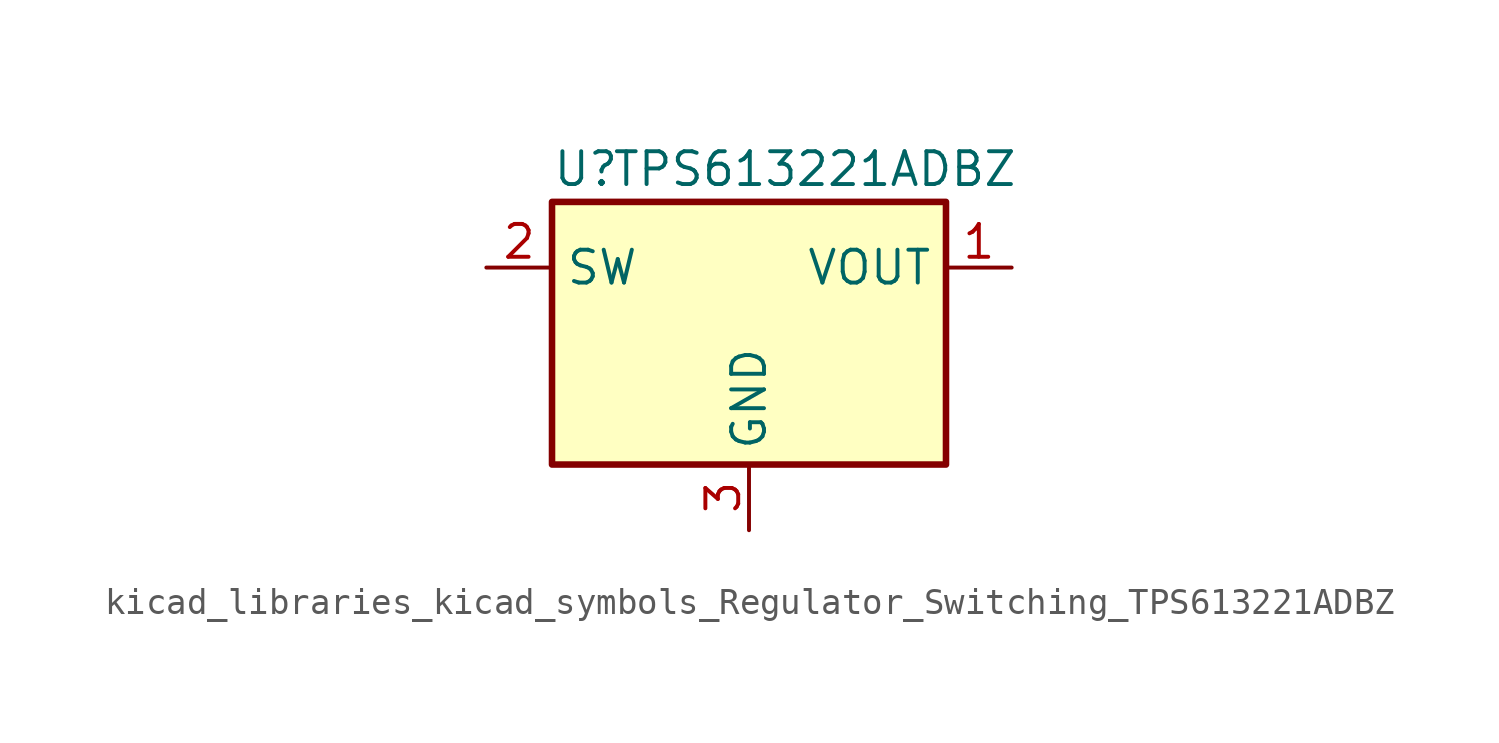
<source format=kicad_sym>
(kicad_symbol_lib
  (version 20220914)
  (generator kicad_symbol_editor)
  (symbol "kicad_libraries_kicad_symbols_Regulator_Switching_TPS613221ADBZ"
    (property "Reference" "U"
      (at -7.62 6.35 0)
      (effects (font (size 1.27 1.27)) (justify left)))
    (property "Value" "TPS613221ADBZ"
      (at 2.54 6.35 0)
      (effects (font (size 1.27 1.27))))
    (symbol "kicad_libraries_kicad_symbols_Regulator_Switching_TPS613221ADBZ_0_1"
      (rectangle (start -7.62 5.08) (end 7.62 -5.08) (stroke (width 0.254) (type default)) (fill (type background))))
    (symbol "kicad_libraries_kicad_symbols_Regulator_Switching_TPS613221ADBZ_1_1"
      (pin power_out line (at 10.16 2.54 180) (length 2.54) (name "VOUT" (effects (font (size 1.27 1.27)))) (number "1" (effects (font (size 1.27 1.27)))))
      (pin power_in line (at -10.16 2.54 0) (length 2.54) (name "SW" (effects (font (size 1.27 1.27)))) (number "2" (effects (font (size 1.27 1.27)))))
      (pin power_in line (at 0 -7.62 90) (length 2.54) (name "GND" (effects (font (size 1.27 1.27)))) (number "3" (effects (font (size 1.27 1.27))))))))
</source>
